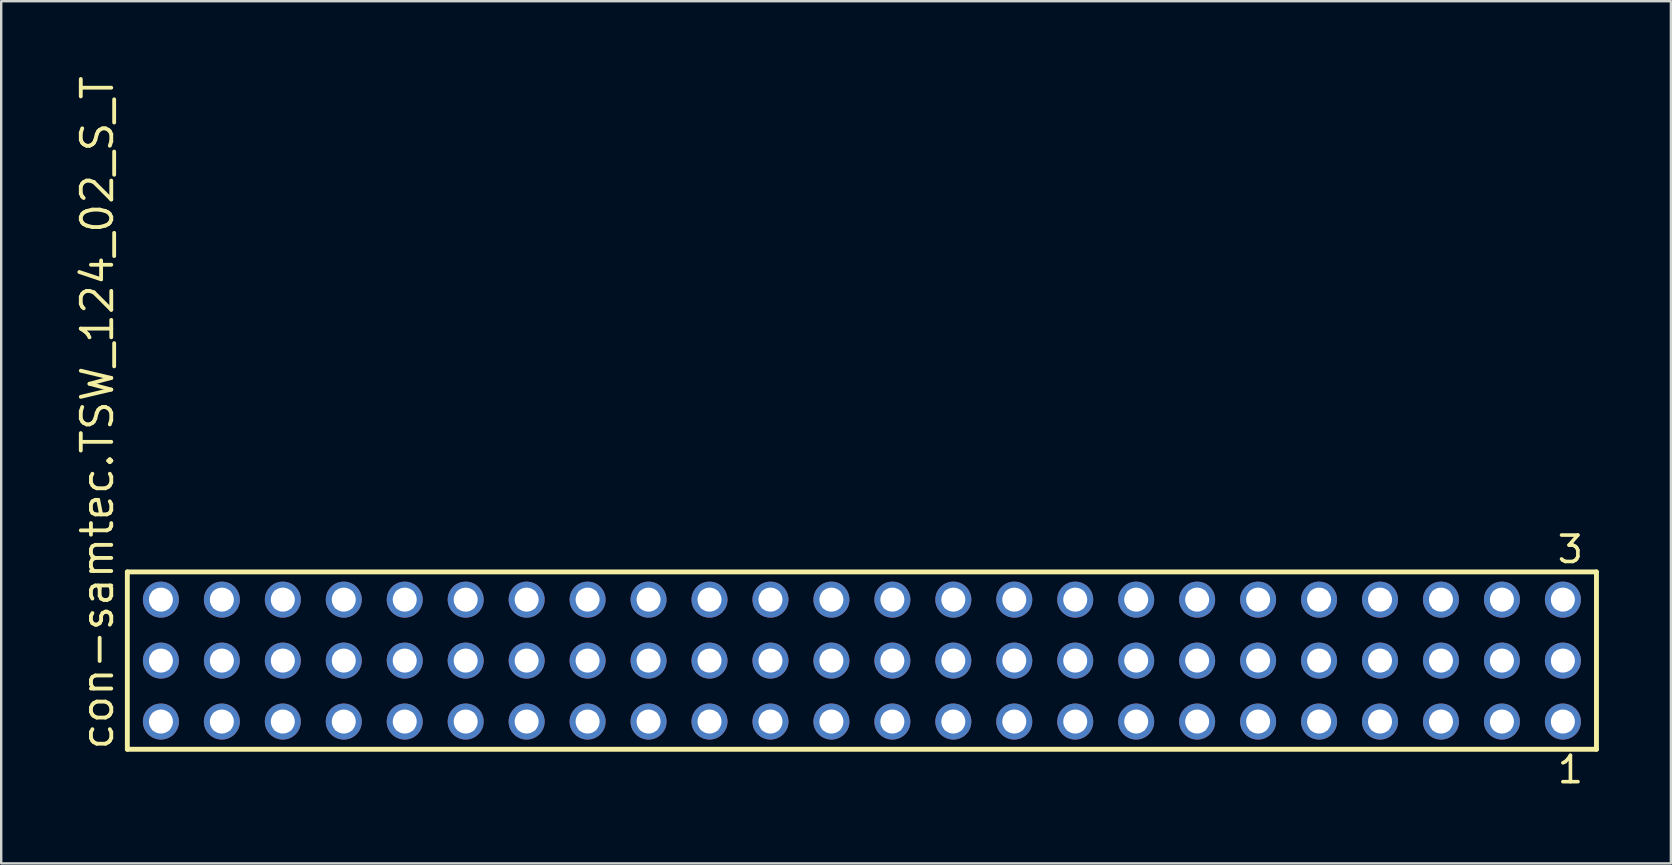
<source format=kicad_pcb>
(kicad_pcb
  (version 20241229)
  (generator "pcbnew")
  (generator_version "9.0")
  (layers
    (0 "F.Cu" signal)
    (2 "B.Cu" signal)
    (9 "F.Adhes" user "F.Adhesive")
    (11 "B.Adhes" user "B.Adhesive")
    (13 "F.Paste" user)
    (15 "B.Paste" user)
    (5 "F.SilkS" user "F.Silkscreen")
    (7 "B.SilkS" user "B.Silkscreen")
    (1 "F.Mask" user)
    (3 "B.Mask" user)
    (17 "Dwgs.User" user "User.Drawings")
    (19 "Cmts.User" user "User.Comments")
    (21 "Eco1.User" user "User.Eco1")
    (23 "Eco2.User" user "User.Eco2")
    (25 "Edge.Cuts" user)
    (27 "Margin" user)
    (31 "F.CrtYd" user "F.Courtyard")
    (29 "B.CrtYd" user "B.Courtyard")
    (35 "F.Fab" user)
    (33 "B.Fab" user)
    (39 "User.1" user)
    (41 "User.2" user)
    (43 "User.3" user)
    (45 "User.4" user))
  (footprint "con-samtec.TSW_124_02_S_T"
    (layer "F.Cu")
    (at 32.865 24.477)
    (property "Reference" "con-samtec.TSW_124_02_S_T" (at -31.115 3.81 90) (layer "F.SilkS") (effects (font (size 1.27 1.27) (thickness 0.16)) (justify left bottom)))
    (attr through_hole)
    (fp_line (start -30.609 -3.695) (end 30.609 -3.695) (stroke (width 0.203) (type default)) (layer "F.SilkS"))
    (fp_line (start -30.609 3.695) (end -30.609 -3.695) (stroke (width 0.203) (type default)) (layer "F.SilkS"))
    (fp_line (start 30.609 -3.695) (end 30.609 3.695) (stroke (width 0.203) (type default)) (layer "F.SilkS"))
    (fp_line (start 30.609 3.695) (end -30.609 3.695) (stroke (width 0.203) (type default)) (layer "F.SilkS"))
    (fp_rect (start -29.56 -2.19) (end -28.86 -2.89) (stroke (width 0.05) (type default)) (fill no) (layer "F.Fab"))
    (fp_rect (start -29.56 0.35) (end -28.86 -0.35) (stroke (width 0.05) (type default)) (fill no) (layer "F.Fab"))
    (fp_rect (start -29.56 2.89) (end -28.86 2.19) (stroke (width 0.05) (type default)) (fill no) (layer "F.Fab"))
    (fp_rect (start -27.02 -2.19) (end -26.32 -2.89) (stroke (width 0.05) (type default)) (fill no) (layer "F.Fab"))
    (fp_rect (start -27.02 0.35) (end -26.32 -0.35) (stroke (width 0.05) (type default)) (fill no) (layer "F.Fab"))
    (fp_rect (start -27.02 2.89) (end -26.32 2.19) (stroke (width 0.05) (type default)) (fill no) (layer "F.Fab"))
    (fp_rect (start -24.48 -2.19) (end -23.78 -2.89) (stroke (width 0.05) (type default)) (fill no) (layer "F.Fab"))
    (fp_rect (start -24.48 0.35) (end -23.78 -0.35) (stroke (width 0.05) (type default)) (fill no) (layer "F.Fab"))
    (fp_rect (start -24.48 2.89) (end -23.78 2.19) (stroke (width 0.05) (type default)) (fill no) (layer "F.Fab"))
    (fp_rect (start -21.94 -2.19) (end -21.24 -2.89) (stroke (width 0.05) (type default)) (fill no) (layer "F.Fab"))
    (fp_rect (start -21.94 0.35) (end -21.24 -0.35) (stroke (width 0.05) (type default)) (fill no) (layer "F.Fab"))
    (fp_rect (start -21.94 2.89) (end -21.24 2.19) (stroke (width 0.05) (type default)) (fill no) (layer "F.Fab"))
    (fp_rect (start -19.4 -2.19) (end -18.7 -2.89) (stroke (width 0.05) (type default)) (fill no) (layer "F.Fab"))
    (fp_rect (start -19.4 0.35) (end -18.7 -0.35) (stroke (width 0.05) (type default)) (fill no) (layer "F.Fab"))
    (fp_rect (start -19.4 2.89) (end -18.7 2.19) (stroke (width 0.05) (type default)) (fill no) (layer "F.Fab"))
    (fp_rect (start -16.86 -2.19) (end -16.16 -2.89) (stroke (width 0.05) (type default)) (fill no) (layer "F.Fab"))
    (fp_rect (start -16.86 0.35) (end -16.16 -0.35) (stroke (width 0.05) (type default)) (fill no) (layer "F.Fab"))
    (fp_rect (start -16.86 2.89) (end -16.16 2.19) (stroke (width 0.05) (type default)) (fill no) (layer "F.Fab"))
    (fp_rect (start -14.32 -2.19) (end -13.62 -2.89) (stroke (width 0.05) (type default)) (fill no) (layer "F.Fab"))
    (fp_rect (start -14.32 0.35) (end -13.62 -0.35) (stroke (width 0.05) (type default)) (fill no) (layer "F.Fab"))
    (fp_rect (start -14.32 2.89) (end -13.62 2.19) (stroke (width 0.05) (type default)) (fill no) (layer "F.Fab"))
    (fp_rect (start -11.78 -2.19) (end -11.08 -2.89) (stroke (width 0.05) (type default)) (fill no) (layer "F.Fab"))
    (fp_rect (start -11.78 0.35) (end -11.08 -0.35) (stroke (width 0.05) (type default)) (fill no) (layer "F.Fab"))
    (fp_rect (start -11.78 2.89) (end -11.08 2.19) (stroke (width 0.05) (type default)) (fill no) (layer "F.Fab"))
    (fp_rect (start -9.24 -2.19) (end -8.54 -2.89) (stroke (width 0.05) (type default)) (fill no) (layer "F.Fab"))
    (fp_rect (start -9.24 0.35) (end -8.54 -0.35) (stroke (width 0.05) (type default)) (fill no) (layer "F.Fab"))
    (fp_rect (start -9.24 2.89) (end -8.54 2.19) (stroke (width 0.05) (type default)) (fill no) (layer "F.Fab"))
    (fp_rect (start -6.7 -2.19) (end -6 -2.89) (stroke (width 0.05) (type default)) (fill no) (layer "F.Fab"))
    (fp_rect (start -6.7 0.35) (end -6 -0.35) (stroke (width 0.05) (type default)) (fill no) (layer "F.Fab"))
    (fp_rect (start -6.7 2.89) (end -6 2.19) (stroke (width 0.05) (type default)) (fill no) (layer "F.Fab"))
    (fp_rect (start -4.16 -2.19) (end -3.46 -2.89) (stroke (width 0.05) (type default)) (fill no) (layer "F.Fab"))
    (fp_rect (start -4.16 0.35) (end -3.46 -0.35) (stroke (width 0.05) (type default)) (fill no) (layer "F.Fab"))
    (fp_rect (start -4.16 2.89) (end -3.46 2.19) (stroke (width 0.05) (type default)) (fill no) (layer "F.Fab"))
    (fp_rect (start -1.62 -2.19) (end -0.92 -2.89) (stroke (width 0.05) (type default)) (fill no) (layer "F.Fab"))
    (fp_rect (start -1.62 0.35) (end -0.92 -0.35) (stroke (width 0.05) (type default)) (fill no) (layer "F.Fab"))
    (fp_rect (start -1.62 2.89) (end -0.92 2.19) (stroke (width 0.05) (type default)) (fill no) (layer "F.Fab"))
    (fp_rect (start 0.92 -2.19) (end 1.62 -2.89) (stroke (width 0.05) (type default)) (fill no) (layer "F.Fab"))
    (fp_rect (start 0.92 0.35) (end 1.62 -0.35) (stroke (width 0.05) (type default)) (fill no) (layer "F.Fab"))
    (fp_rect (start 0.92 2.89) (end 1.62 2.19) (stroke (width 0.05) (type default)) (fill no) (layer "F.Fab"))
    (fp_rect (start 3.46 -2.19) (end 4.16 -2.89) (stroke (width 0.05) (type default)) (fill no) (layer "F.Fab"))
    (fp_rect (start 3.46 0.35) (end 4.16 -0.35) (stroke (width 0.05) (type default)) (fill no) (layer "F.Fab"))
    (fp_rect (start 3.46 2.89) (end 4.16 2.19) (stroke (width 0.05) (type default)) (fill no) (layer "F.Fab"))
    (fp_rect (start 6 -2.19) (end 6.7 -2.89) (stroke (width 0.05) (type default)) (fill no) (layer "F.Fab"))
    (fp_rect (start 6 0.35) (end 6.7 -0.35) (stroke (width 0.05) (type default)) (fill no) (layer "F.Fab"))
    (fp_rect (start 6 2.89) (end 6.7 2.19) (stroke (width 0.05) (type default)) (fill no) (layer "F.Fab"))
    (fp_rect (start 8.54 -2.19) (end 9.24 -2.89) (stroke (width 0.05) (type default)) (fill no) (layer "F.Fab"))
    (fp_rect (start 8.54 0.35) (end 9.24 -0.35) (stroke (width 0.05) (type default)) (fill no) (layer "F.Fab"))
    (fp_rect (start 8.54 2.89) (end 9.24 2.19) (stroke (width 0.05) (type default)) (fill no) (layer "F.Fab"))
    (fp_rect (start 11.08 -2.19) (end 11.78 -2.89) (stroke (width 0.05) (type default)) (fill no) (layer "F.Fab"))
    (fp_rect (start 11.08 0.35) (end 11.78 -0.35) (stroke (width 0.05) (type default)) (fill no) (layer "F.Fab"))
    (fp_rect (start 11.08 2.89) (end 11.78 2.19) (stroke (width 0.05) (type default)) (fill no) (layer "F.Fab"))
    (fp_rect (start 13.62 -2.19) (end 14.32 -2.89) (stroke (width 0.05) (type default)) (fill no) (layer "F.Fab"))
    (fp_rect (start 13.62 0.35) (end 14.32 -0.35) (stroke (width 0.05) (type default)) (fill no) (layer "F.Fab"))
    (fp_rect (start 13.62 2.89) (end 14.32 2.19) (stroke (width 0.05) (type default)) (fill no) (layer "F.Fab"))
    (fp_rect (start 16.16 -2.19) (end 16.86 -2.89) (stroke (width 0.05) (type default)) (fill no) (layer "F.Fab"))
    (fp_rect (start 16.16 0.35) (end 16.86 -0.35) (stroke (width 0.05) (type default)) (fill no) (layer "F.Fab"))
    (fp_rect (start 16.16 2.89) (end 16.86 2.19) (stroke (width 0.05) (type default)) (fill no) (layer "F.Fab"))
    (fp_rect (start 18.7 -2.19) (end 19.4 -2.89) (stroke (width 0.05) (type default)) (fill no) (layer "F.Fab"))
    (fp_rect (start 18.7 0.35) (end 19.4 -0.35) (stroke (width 0.05) (type default)) (fill no) (layer "F.Fab"))
    (fp_rect (start 18.7 2.89) (end 19.4 2.19) (stroke (width 0.05) (type default)) (fill no) (layer "F.Fab"))
    (fp_rect (start 21.24 -2.19) (end 21.94 -2.89) (stroke (width 0.05) (type default)) (fill no) (layer "F.Fab"))
    (fp_rect (start 21.24 0.35) (end 21.94 -0.35) (stroke (width 0.05) (type default)) (fill no) (layer "F.Fab"))
    (fp_rect (start 21.24 2.89) (end 21.94 2.19) (stroke (width 0.05) (type default)) (fill no) (layer "F.Fab"))
    (fp_rect (start 23.78 -2.19) (end 24.48 -2.89) (stroke (width 0.05) (type default)) (fill no) (layer "F.Fab"))
    (fp_rect (start 23.78 0.35) (end 24.48 -0.35) (stroke (width 0.05) (type default)) (fill no) (layer "F.Fab"))
    (fp_rect (start 23.78 2.89) (end 24.48 2.19) (stroke (width 0.05) (type default)) (fill no) (layer "F.Fab"))
    (fp_rect (start 26.32 -2.19) (end 27.02 -2.89) (stroke (width 0.05) (type default)) (fill no) (layer "F.Fab"))
    (fp_rect (start 26.32 0.35) (end 27.02 -0.35) (stroke (width 0.05) (type default)) (fill no) (layer "F.Fab"))
    (fp_rect (start 26.32 2.89) (end 27.02 2.19) (stroke (width 0.05) (type default)) (fill no) (layer "F.Fab"))
    (fp_rect (start 28.86 -2.19) (end 29.56 -2.89) (stroke (width 0.05) (type default)) (fill no) (layer "F.Fab"))
    (fp_rect (start 28.86 0.35) (end 29.56 -0.35) (stroke (width 0.05) (type default)) (fill no) (layer "F.Fab"))
    (fp_rect (start 28.86 2.89) (end 29.56 2.19) (stroke (width 0.05) (type default)) (fill no) (layer "F.Fab"))
    (fp_text user "3" (at 28.898 -3.989 0) (layer "F.SilkS") (effects (font (size 1.1 1.1) (thickness 0.15)) (justify left bottom)))
    (fp_text user "1" (at 28.902 5.188 0) (layer "F.SilkS") (effects (font (size 1.1 1.1) (thickness 0.15)) (justify left bottom)))
    (pad "1" thru_hole circle (at 29.21 2.54 180) (size 1.5 1.5) (drill 1) (layers "*.Cu" "*.Mask"))
    (pad "2" thru_hole circle (at 29.21 0 180) (size 1.5 1.5) (drill 1) (layers "*.Cu" "*.Mask"))
    (pad "3" thru_hole circle (at 29.21 -2.54 180) (size 1.5 1.5) (drill 1) (layers "*.Cu" "*.Mask"))
    (pad "4" thru_hole circle (at 26.67 2.54 180) (size 1.5 1.5) (drill 1) (layers "*.Cu" "*.Mask"))
    (pad "5" thru_hole circle (at 26.67 0 180) (size 1.5 1.5) (drill 1) (layers "*.Cu" "*.Mask"))
    (pad "6" thru_hole circle (at 26.67 -2.54 180) (size 1.5 1.5) (drill 1) (layers "*.Cu" "*.Mask"))
    (pad "7" thru_hole circle (at 24.13 2.54 180) (size 1.5 1.5) (drill 1) (layers "*.Cu" "*.Mask"))
    (pad "8" thru_hole circle (at 24.13 0 180) (size 1.5 1.5) (drill 1) (layers "*.Cu" "*.Mask"))
    (pad "9" thru_hole circle (at 24.13 -2.54 180) (size 1.5 1.5) (drill 1) (layers "*.Cu" "*.Mask"))
    (pad "10" thru_hole circle (at 21.59 2.54 180) (size 1.5 1.5) (drill 1) (layers "*.Cu" "*.Mask"))
    (pad "11" thru_hole circle (at 21.59 0 180) (size 1.5 1.5) (drill 1) (layers "*.Cu" "*.Mask"))
    (pad "12" thru_hole circle (at 21.59 -2.54 180) (size 1.5 1.5) (drill 1) (layers "*.Cu" "*.Mask"))
    (pad "13" thru_hole circle (at 19.05 2.54 180) (size 1.5 1.5) (drill 1) (layers "*.Cu" "*.Mask"))
    (pad "14" thru_hole circle (at 19.05 0 180) (size 1.5 1.5) (drill 1) (layers "*.Cu" "*.Mask"))
    (pad "15" thru_hole circle (at 19.05 -2.54 180) (size 1.5 1.5) (drill 1) (layers "*.Cu" "*.Mask"))
    (pad "16" thru_hole circle (at 16.51 2.54 180) (size 1.5 1.5) (drill 1) (layers "*.Cu" "*.Mask"))
    (pad "17" thru_hole circle (at 16.51 0 180) (size 1.5 1.5) (drill 1) (layers "*.Cu" "*.Mask"))
    (pad "18" thru_hole circle (at 16.51 -2.54 180) (size 1.5 1.5) (drill 1) (layers "*.Cu" "*.Mask"))
    (pad "19" thru_hole circle (at 13.97 2.54 180) (size 1.5 1.5) (drill 1) (layers "*.Cu" "*.Mask"))
    (pad "20" thru_hole circle (at 13.97 0 180) (size 1.5 1.5) (drill 1) (layers "*.Cu" "*.Mask"))
    (pad "21" thru_hole circle (at 13.97 -2.54 180) (size 1.5 1.5) (drill 1) (layers "*.Cu" "*.Mask"))
    (pad "22" thru_hole circle (at 11.43 2.54 180) (size 1.5 1.5) (drill 1) (layers "*.Cu" "*.Mask"))
    (pad "23" thru_hole circle (at 11.43 0 180) (size 1.5 1.5) (drill 1) (layers "*.Cu" "*.Mask"))
    (pad "24" thru_hole circle (at 11.43 -2.54 180) (size 1.5 1.5) (drill 1) (layers "*.Cu" "*.Mask"))
    (pad "25" thru_hole circle (at 8.89 2.54 180) (size 1.5 1.5) (drill 1) (layers "*.Cu" "*.Mask"))
    (pad "26" thru_hole circle (at 8.89 0 180) (size 1.5 1.5) (drill 1) (layers "*.Cu" "*.Mask"))
    (pad "27" thru_hole circle (at 8.89 -2.54 180) (size 1.5 1.5) (drill 1) (layers "*.Cu" "*.Mask"))
    (pad "28" thru_hole circle (at 6.35 2.54 180) (size 1.5 1.5) (drill 1) (layers "*.Cu" "*.Mask"))
    (pad "29" thru_hole circle (at 6.35 0 180) (size 1.5 1.5) (drill 1) (layers "*.Cu" "*.Mask"))
    (pad "30" thru_hole circle (at 6.35 -2.54 180) (size 1.5 1.5) (drill 1) (layers "*.Cu" "*.Mask"))
    (pad "31" thru_hole circle (at 3.81 2.54 180) (size 1.5 1.5) (drill 1) (layers "*.Cu" "*.Mask"))
    (pad "32" thru_hole circle (at 3.81 0 180) (size 1.5 1.5) (drill 1) (layers "*.Cu" "*.Mask"))
    (pad "33" thru_hole circle (at 3.81 -2.54 180) (size 1.5 1.5) (drill 1) (layers "*.Cu" "*.Mask"))
    (pad "34" thru_hole circle (at 1.27 2.54 180) (size 1.5 1.5) (drill 1) (layers "*.Cu" "*.Mask"))
    (pad "35" thru_hole circle (at 1.27 0 180) (size 1.5 1.5) (drill 1) (layers "*.Cu" "*.Mask"))
    (pad "36" thru_hole circle (at 1.27 -2.54 180) (size 1.5 1.5) (drill 1) (layers "*.Cu" "*.Mask"))
    (pad "37" thru_hole circle (at -1.27 2.54 180) (size 1.5 1.5) (drill 1) (layers "*.Cu" "*.Mask"))
    (pad "38" thru_hole circle (at -1.27 0 180) (size 1.5 1.5) (drill 1) (layers "*.Cu" "*.Mask"))
    (pad "39" thru_hole circle (at -1.27 -2.54 180) (size 1.5 1.5) (drill 1) (layers "*.Cu" "*.Mask"))
    (pad "40" thru_hole circle (at -3.81 2.54 180) (size 1.5 1.5) (drill 1) (layers "*.Cu" "*.Mask"))
    (pad "41" thru_hole circle (at -3.81 0 180) (size 1.5 1.5) (drill 1) (layers "*.Cu" "*.Mask"))
    (pad "42" thru_hole circle (at -3.81 -2.54 180) (size 1.5 1.5) (drill 1) (layers "*.Cu" "*.Mask"))
    (pad "43" thru_hole circle (at -6.35 2.54 180) (size 1.5 1.5) (drill 1) (layers "*.Cu" "*.Mask"))
    (pad "44" thru_hole circle (at -6.35 0 180) (size 1.5 1.5) (drill 1) (layers "*.Cu" "*.Mask"))
    (pad "45" thru_hole circle (at -6.35 -2.54 180) (size 1.5 1.5) (drill 1) (layers "*.Cu" "*.Mask"))
    (pad "46" thru_hole circle (at -8.89 2.54 180) (size 1.5 1.5) (drill 1) (layers "*.Cu" "*.Mask"))
    (pad "47" thru_hole circle (at -8.89 0 180) (size 1.5 1.5) (drill 1) (layers "*.Cu" "*.Mask"))
    (pad "48" thru_hole circle (at -8.89 -2.54 180) (size 1.5 1.5) (drill 1) (layers "*.Cu" "*.Mask"))
    (pad "49" thru_hole circle (at -11.43 2.54 180) (size 1.5 1.5) (drill 1) (layers "*.Cu" "*.Mask"))
    (pad "50" thru_hole circle (at -11.43 0 180) (size 1.5 1.5) (drill 1) (layers "*.Cu" "*.Mask"))
    (pad "51" thru_hole circle (at -11.43 -2.54 180) (size 1.5 1.5) (drill 1) (layers "*.Cu" "*.Mask"))
    (pad "52" thru_hole circle (at -13.97 2.54 180) (size 1.5 1.5) (drill 1) (layers "*.Cu" "*.Mask"))
    (pad "53" thru_hole circle (at -13.97 0 180) (size 1.5 1.5) (drill 1) (layers "*.Cu" "*.Mask"))
    (pad "54" thru_hole circle (at -13.97 -2.54 180) (size 1.5 1.5) (drill 1) (layers "*.Cu" "*.Mask"))
    (pad "55" thru_hole circle (at -16.51 2.54 180) (size 1.5 1.5) (drill 1) (layers "*.Cu" "*.Mask"))
    (pad "56" thru_hole circle (at -16.51 0 180) (size 1.5 1.5) (drill 1) (layers "*.Cu" "*.Mask"))
    (pad "57" thru_hole circle (at -16.51 -2.54 180) (size 1.5 1.5) (drill 1) (layers "*.Cu" "*.Mask"))
    (pad "58" thru_hole circle (at -19.05 2.54 180) (size 1.5 1.5) (drill 1) (layers "*.Cu" "*.Mask"))
    (pad "59" thru_hole circle (at -19.05 0 180) (size 1.5 1.5) (drill 1) (layers "*.Cu" "*.Mask"))
    (pad "60" thru_hole circle (at -19.05 -2.54 180) (size 1.5 1.5) (drill 1) (layers "*.Cu" "*.Mask"))
    (pad "61" thru_hole circle (at -21.59 2.54 180) (size 1.5 1.5) (drill 1) (layers "*.Cu" "*.Mask"))
    (pad "62" thru_hole circle (at -21.59 0 180) (size 1.5 1.5) (drill 1) (layers "*.Cu" "*.Mask"))
    (pad "63" thru_hole circle (at -21.59 -2.54 180) (size 1.5 1.5) (drill 1) (layers "*.Cu" "*.Mask"))
    (pad "64" thru_hole circle (at -24.13 2.54 180) (size 1.5 1.5) (drill 1) (layers "*.Cu" "*.Mask"))
    (pad "65" thru_hole circle (at -24.13 0 180) (size 1.5 1.5) (drill 1) (layers "*.Cu" "*.Mask"))
    (pad "66" thru_hole circle (at -24.13 -2.54 180) (size 1.5 1.5) (drill 1) (layers "*.Cu" "*.Mask"))
    (pad "67" thru_hole circle (at -26.67 2.54 180) (size 1.5 1.5) (drill 1) (layers "*.Cu" "*.Mask"))
    (pad "68" thru_hole circle (at -26.67 0 180) (size 1.5 1.5) (drill 1) (layers "*.Cu" "*.Mask"))
    (pad "69" thru_hole circle (at -26.67 -2.54 180) (size 1.5 1.5) (drill 1) (layers "*.Cu" "*.Mask"))
    (pad "70" thru_hole circle (at -29.21 2.54 180) (size 1.5 1.5) (drill 1) (layers "*.Cu" "*.Mask"))
    (pad "71" thru_hole circle (at -29.21 0 180) (size 1.5 1.5) (drill 1) (layers "*.Cu" "*.Mask"))
    (pad "72" thru_hole circle (at -29.21 -2.54 180) (size 1.5 1.5) (drill 1) (layers "*.Cu" "*.Mask")))
  (gr_rect
    (start -3 -3)
    (end 66.576 32.928)
    (stroke (width 0.1) (type default))
    (fill no)
    (layer "Edge.Cuts")))
</source>
